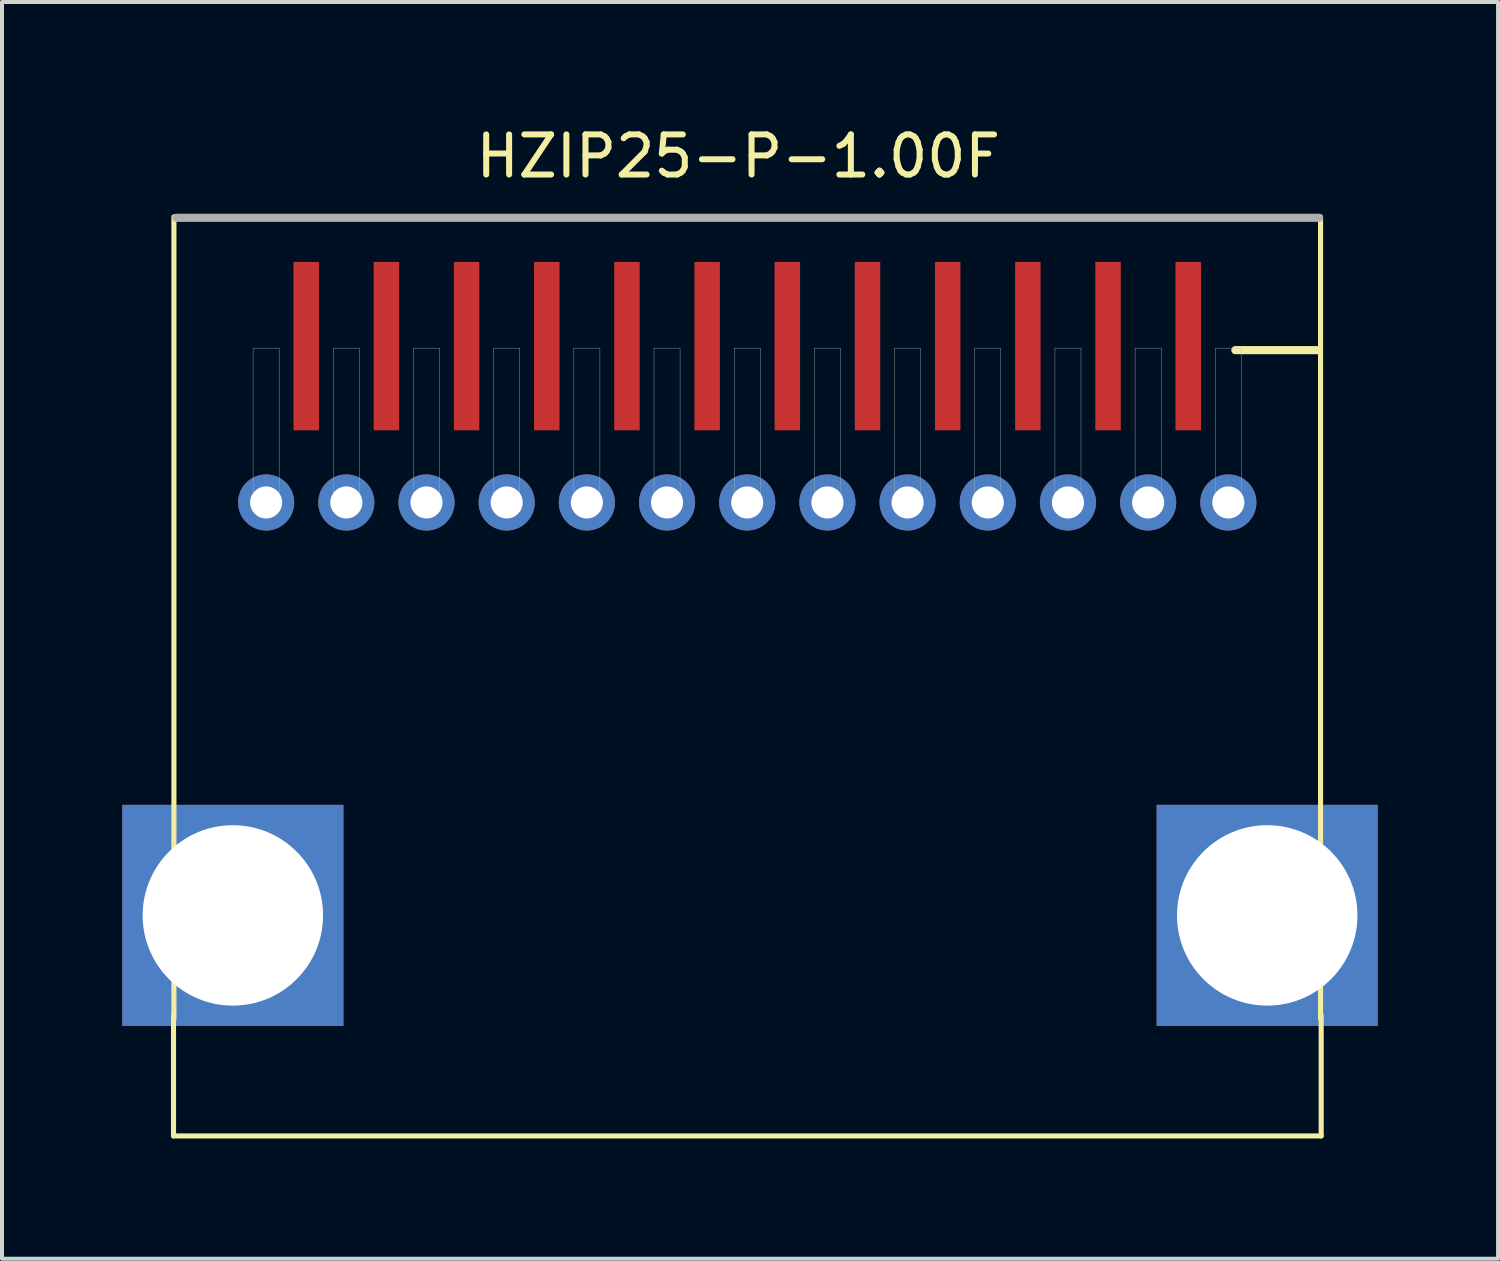
<source format=kicad_pcb>
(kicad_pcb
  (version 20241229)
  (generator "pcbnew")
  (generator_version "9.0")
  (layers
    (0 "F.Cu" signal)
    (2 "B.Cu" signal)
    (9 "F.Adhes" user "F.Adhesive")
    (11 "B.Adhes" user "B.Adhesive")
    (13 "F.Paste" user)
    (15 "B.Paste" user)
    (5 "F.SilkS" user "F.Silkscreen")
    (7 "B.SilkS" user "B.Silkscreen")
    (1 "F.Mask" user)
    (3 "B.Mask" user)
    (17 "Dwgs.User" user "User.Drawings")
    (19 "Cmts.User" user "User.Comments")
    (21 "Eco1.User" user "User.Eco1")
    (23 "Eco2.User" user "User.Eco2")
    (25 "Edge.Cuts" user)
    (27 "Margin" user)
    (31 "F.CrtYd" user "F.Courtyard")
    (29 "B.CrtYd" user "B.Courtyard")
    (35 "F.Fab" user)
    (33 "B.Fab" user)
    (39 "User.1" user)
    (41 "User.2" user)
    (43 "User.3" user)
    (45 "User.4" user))
  (footprint "HZIP25-P-1.00F"
    (layer "F.Cu")
    (at 14.588 6.783)
    (property "Reference" "HZIP25-P-1.00F" (at 0.775 -5.935 0) (layer "F.SilkS") (effects (font (size 1 1) (thickness 0.15))))
    (attr through_hole)
    (fp_line (start -13.31 15.519) (end -13.31 18.5) (stroke (width 0.127) (type solid)) (layer "F.SilkS"))
    (fp_line (start -13.31 18.5) (end 15.316 18.5) (stroke (width 0.127) (type solid)) (layer "F.SilkS"))
    (fp_line (start -13.3 -4.424) (end -13.3 15.576) (stroke (width 0.127) (type solid)) (layer "F.SilkS"))
    (fp_line (start 15.262 -1.1) (end 13.175 -1.1) (stroke (width 0.203) (type solid)) (layer "F.SilkS"))
    (fp_line (start 15.3 -4.424) (end 15.3 15.576) (stroke (width 0.127) (type solid)) (layer "F.SilkS"))
    (fp_line (start 15.316 18.5) (end 15.316 15.494) (stroke (width 0.127) (type solid)) (layer "F.SilkS"))
    (fp_line (start 15.262 -4.4) (end -13.238 -4.4) (stroke (width 0.203) (type solid)) (layer "F.Fab"))
    (fp_poly (pts (xy -11.325 -1.15) (xy -10.675 -1.15) (xy -10.675 2.688) (xy -11.325 2.688)) (stroke (width 0.01) (type solid)) (fill no) (layer "F.Fab"))
    (fp_poly (pts (xy -9.325 -1.15) (xy -8.675 -1.15) (xy -8.675 2.688) (xy -9.325 2.688)) (stroke (width 0.01) (type solid)) (fill no) (layer "F.Fab"))
    (fp_poly (pts (xy -7.325 -1.15) (xy -6.675 -1.15) (xy -6.675 2.688) (xy -7.325 2.688)) (stroke (width 0.01) (type solid)) (fill no) (layer "F.Fab"))
    (fp_poly (pts (xy -5.325 -1.15) (xy -4.675 -1.15) (xy -4.675 2.688) (xy -5.325 2.688)) (stroke (width 0.01) (type solid)) (fill no) (layer "F.Fab"))
    (fp_poly (pts (xy -3.325 -1.15) (xy -2.675 -1.15) (xy -2.675 2.688) (xy -3.325 2.688)) (stroke (width 0.01) (type solid)) (fill no) (layer "F.Fab"))
    (fp_poly (pts (xy -1.325 -1.15) (xy -0.675 -1.15) (xy -0.675 2.688) (xy -1.325 2.688)) (stroke (width 0.01) (type solid)) (fill no) (layer "F.Fab"))
    (fp_poly (pts (xy 0.675 -1.15) (xy 1.325 -1.15) (xy 1.325 2.688) (xy 0.675 2.688)) (stroke (width 0.01) (type solid)) (fill no) (layer "F.Fab"))
    (fp_poly (pts (xy 2.675 -1.15) (xy 3.325 -1.15) (xy 3.325 2.688) (xy 2.675 2.688)) (stroke (width 0.01) (type solid)) (fill no) (layer "F.Fab"))
    (fp_poly (pts (xy 4.675 -1.15) (xy 5.325 -1.15) (xy 5.325 2.688) (xy 4.675 2.688)) (stroke (width 0.01) (type solid)) (fill no) (layer "F.Fab"))
    (fp_poly (pts (xy 6.675 -1.15) (xy 7.325 -1.15) (xy 7.325 2.688) (xy 6.675 2.688)) (stroke (width 0.01) (type solid)) (fill no) (layer "F.Fab"))
    (fp_poly (pts (xy 8.675 -1.15) (xy 9.325 -1.15) (xy 9.325 2.688) (xy 8.675 2.688)) (stroke (width 0.01) (type solid)) (fill no) (layer "F.Fab"))
    (fp_poly (pts (xy 10.675 -1.15) (xy 11.325 -1.15) (xy 11.325 2.688) (xy 10.675 2.688)) (stroke (width 0.01) (type solid)) (fill no) (layer "F.Fab"))
    (fp_poly (pts (xy 12.675 -1.15) (xy 13.325 -1.15) (xy 13.325 2.688) (xy 12.675 2.688)) (stroke (width 0.01) (type solid)) (fill no) (layer "F.Fab"))
    (pad "1" thru_hole circle (at -11 2.7) (size 1.4 1.4) (drill 0.8) (layers "*.Cu" "*.Mask"))
    (pad "2_1" smd rect (at -10 -1.2) (size 0.635 4.2) (layers "F.Cu" "F.Mask" "F.Paste"))
    (pad "3" thru_hole circle (at -9 2.7) (size 1.4 1.4) (drill 0.8) (layers "*.Cu" "*.Mask"))
    (pad "4_1" smd rect (at -8 -1.2) (size 0.635 4.2) (layers "F.Cu" "F.Mask" "F.Paste"))
    (pad "5" thru_hole circle (at -7 2.7) (size 1.4 1.4) (drill 0.8) (layers "*.Cu" "*.Mask"))
    (pad "6_1" smd rect (at -6 -1.2) (size 0.635 4.2) (layers "F.Cu" "F.Mask" "F.Paste"))
    (pad "7" thru_hole circle (at -5 2.7) (size 1.4 1.4) (drill 0.8) (layers "*.Cu" "*.Mask"))
    (pad "8_1" smd rect (at -4 -1.2) (size 0.635 4.2) (layers "F.Cu" "F.Mask" "F.Paste"))
    (pad "9" thru_hole circle (at -3 2.7) (size 1.4 1.4) (drill 0.8) (layers "*.Cu" "*.Mask"))
    (pad "10_1" smd rect (at -2 -1.2) (size 0.635 4.2) (layers "F.Cu" "F.Mask" "F.Paste"))
    (pad "11" thru_hole circle (at -1 2.7) (size 1.4 1.4) (drill 0.8) (layers "*.Cu" "*.Mask"))
    (pad "12_1" smd rect (at 0 -1.2) (size 0.635 4.2) (layers "F.Cu" "F.Mask" "F.Paste"))
    (pad "13" thru_hole circle (at 1 2.7) (size 1.4 1.4) (drill 0.8) (layers "*.Cu" "*.Mask"))
    (pad "14_1" smd rect (at 2 -1.2) (size 0.635 4.2) (layers "F.Cu" "F.Mask" "F.Paste"))
    (pad "15" thru_hole circle (at 3 2.7) (size 1.4 1.4) (drill 0.8) (layers "*.Cu" "*.Mask"))
    (pad "16_1" smd rect (at 4 -1.2) (size 0.635 4.2) (layers "F.Cu" "F.Mask" "F.Paste"))
    (pad "17" thru_hole circle (at 5 2.7) (size 1.4 1.4) (drill 0.8) (layers "*.Cu" "*.Mask"))
    (pad "18_1" smd rect (at 6 -1.2) (size 0.635 4.2) (layers "F.Cu" "F.Mask" "F.Paste"))
    (pad "19" thru_hole circle (at 7 2.7) (size 1.4 1.4) (drill 0.8) (layers "*.Cu" "*.Mask"))
    (pad "20_1" smd rect (at 8 -1.2) (size 0.635 4.2) (layers "F.Cu" "F.Mask" "F.Paste"))
    (pad "21" thru_hole circle (at 9 2.7) (size 1.4 1.4) (drill 0.8) (layers "*.Cu" "*.Mask"))
    (pad "22_1" smd rect (at 10 -1.2) (size 0.635 4.2) (layers "F.Cu" "F.Mask" "F.Paste"))
    (pad "23" thru_hole circle (at 11 2.7) (size 1.4 1.4) (drill 0.8) (layers "*.Cu" "*.Mask"))
    (pad "24_1" smd rect (at 12 -1.2) (size 0.635 4.2) (layers "F.Cu" "F.Mask" "F.Paste"))
    (pad "25" thru_hole circle (at 13 2.7) (size 1.4 1.4) (drill 0.8) (layers "*.Cu" "*.Mask"))
    (pad "P$1" thru_hole rect (at -11.83 13) (size 5.516 5.516) (drill 4.5) (layers "*.Cu" "*.Mask"))
    (pad "P$2" thru_hole rect (at 13.97 13) (size 5.516 5.516) (drill 4.5) (layers "*.Cu" "*.Mask")))
  (gr_rect
    (start -3 -3)
    (end 34.316 28.347)
    (stroke (width 0.1) (type default))
    (fill no)
    (layer "Edge.Cuts")))
</source>
